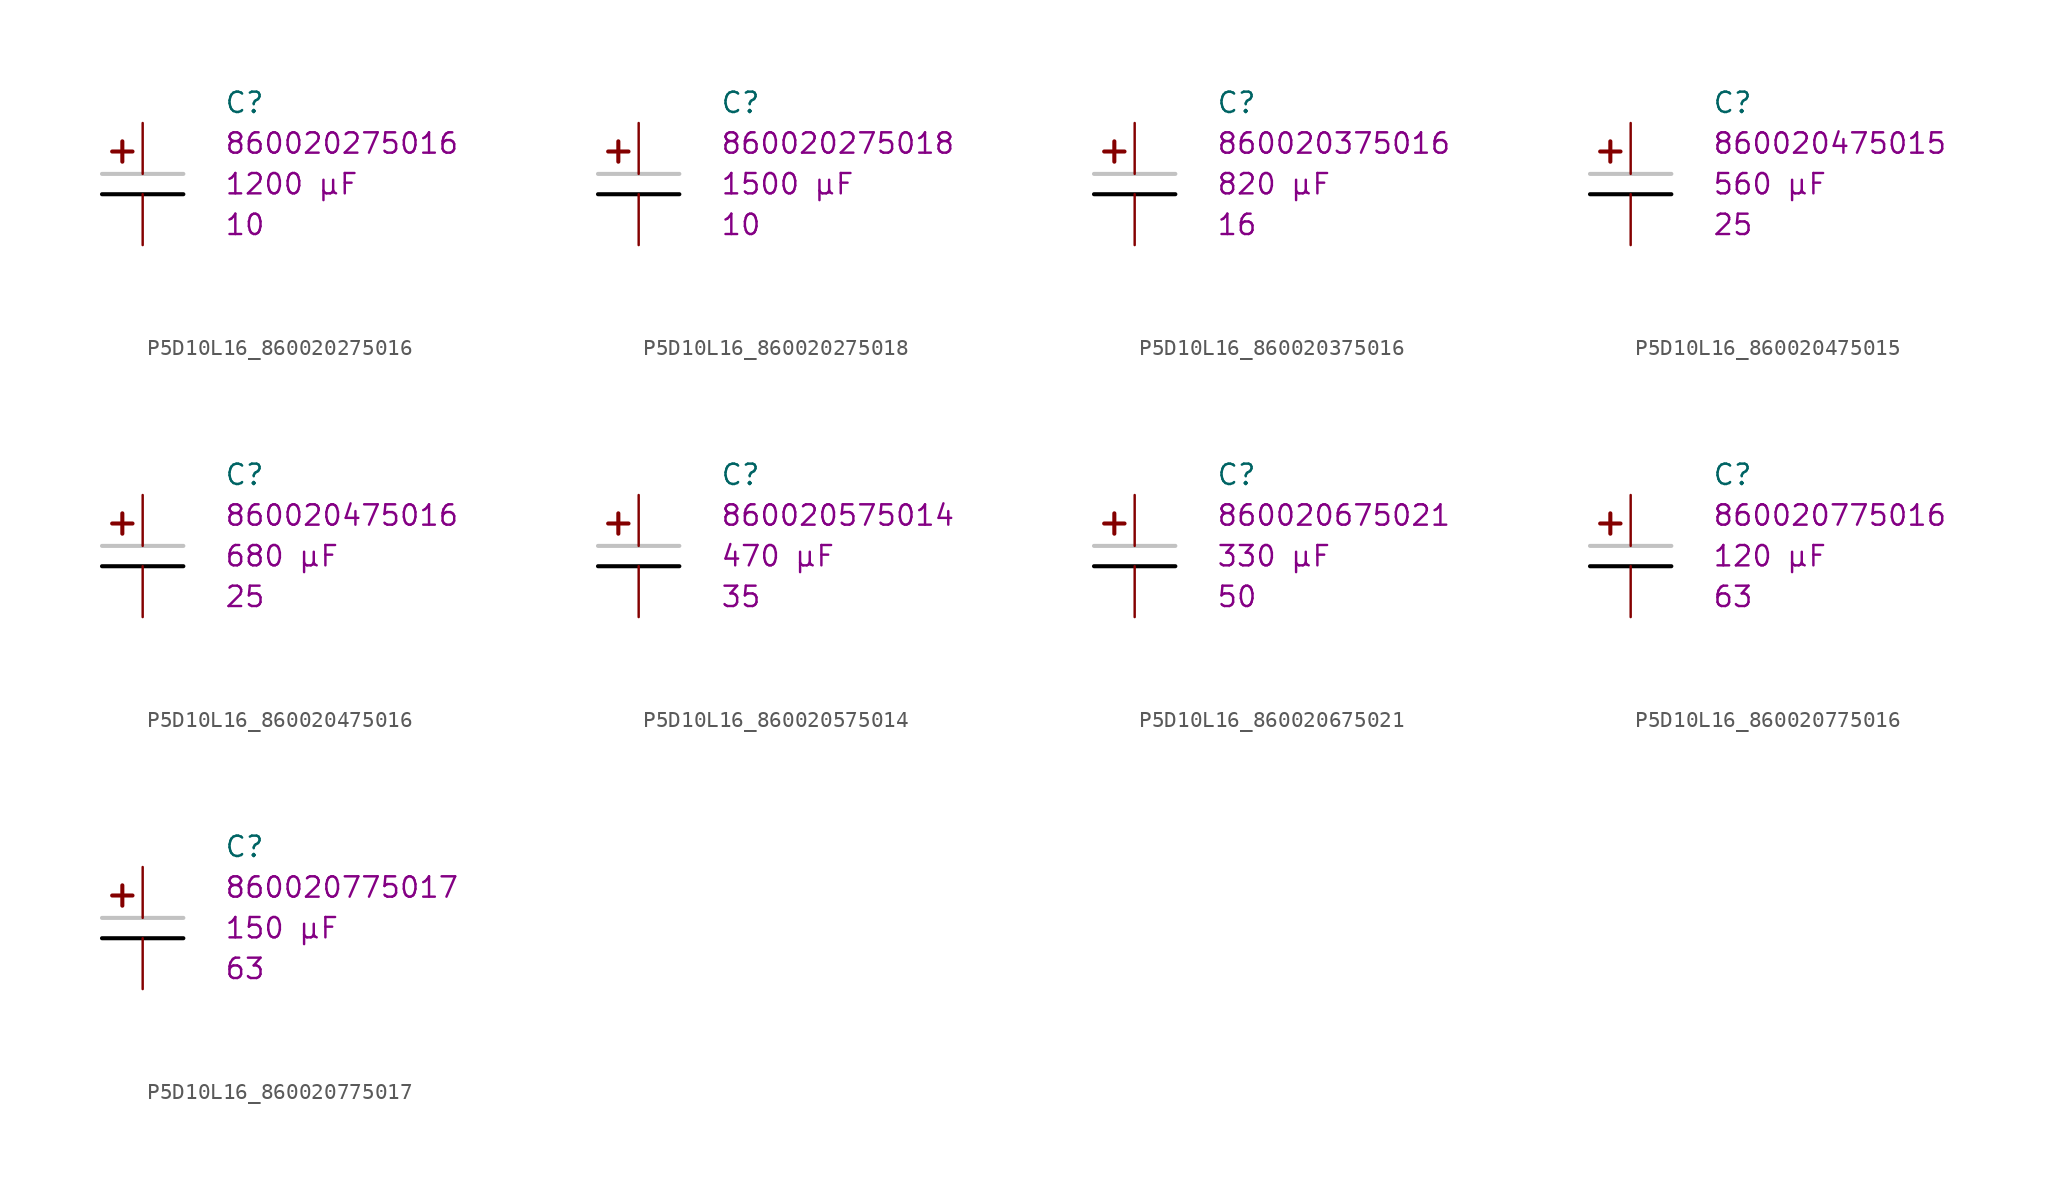
<source format=kicad_sym>
(kicad_symbol_lib
  (version 20220914)
  (generator kicad_symbol_editor)
  (symbol "P5D10L16_860020275016"
    (pin_numbers hide)
    (pin_names hide)
    (property "Reference" "C"
      (at 5.08 5.08 0)
      (effects (font (size 1.27 1.27)) (justify left)))
    (property "Part Number" "860020275016"
      (at 5.08 2.54 0)
      (effects (font (size 1.27 1.27)) (justify left)))
    (property "Capacitance" "1200 µF"
      (at 5.08 0 0)
      (effects (font (size 1.27 1.27)) (justify left)))
    (property "Voltage" "10"
      (at 5.08 -2.54 0)
      (effects (font (size 1.27 1.27)) (justify left)))
    (property "Critical Parameter" ""
      (at 0 -7.62 0)
      (effects (font (size 1.27 1.27))))
    (symbol "P5D10L16_860020275016_1_1"
      (polyline (pts (xy -1.27 2.667) (xy -1.27 1.397)) (stroke (width 0.254) (type default)) (fill (type none)))
      (polyline (pts (xy -0.635 2.032) (xy -1.905 2.032)) (stroke (width 0.254) (type default)) (fill (type none)))
      (polyline (pts (xy 2.54 -0.635) (xy -2.54 -0.635)) (stroke (width 0.254) (type default) (color 0 0 0 1)) (fill (type none)))
      (polyline (pts (xy 2.54 0.635) (xy -2.54 0.635)) (stroke (width 0.254) (type default) (color 194 194 194 1)) (fill (type none)))
      (pin passive line (at 0 3.81 270) (length 3.175) (name "1" (effects (font (size 1.27 1.27)))) (number "1" (effects (font (size 1.27 1.27)))))
      (pin passive line (at 0 -3.81 90) (length 3.175) (name "2" (effects (font (size 1.27 1.27)))) (number "2" (effects (font (size 1.27 1.27)))))))
  (symbol "P5D10L16_860020275018"
    (pin_numbers hide)
    (pin_names hide)
    (property "Reference" "C"
      (at 5.08 5.08 0)
      (effects (font (size 1.27 1.27)) (justify left)))
    (property "Part Number" "860020275018"
      (at 5.08 2.54 0)
      (effects (font (size 1.27 1.27)) (justify left)))
    (property "Capacitance" "1500 µF"
      (at 5.08 0 0)
      (effects (font (size 1.27 1.27)) (justify left)))
    (property "Voltage" "10"
      (at 5.08 -2.54 0)
      (effects (font (size 1.27 1.27)) (justify left)))
    (property "Critical Parameter" ""
      (at 0 -7.62 0)
      (effects (font (size 1.27 1.27))))
    (symbol "P5D10L16_860020275018_1_1"
      (polyline (pts (xy -1.27 2.667) (xy -1.27 1.397)) (stroke (width 0.254) (type default)) (fill (type none)))
      (polyline (pts (xy -0.635 2.032) (xy -1.905 2.032)) (stroke (width 0.254) (type default)) (fill (type none)))
      (polyline (pts (xy 2.54 -0.635) (xy -2.54 -0.635)) (stroke (width 0.254) (type default) (color 0 0 0 1)) (fill (type none)))
      (polyline (pts (xy 2.54 0.635) (xy -2.54 0.635)) (stroke (width 0.254) (type default) (color 194 194 194 1)) (fill (type none)))
      (pin passive line (at 0 3.81 270) (length 3.175) (name "1" (effects (font (size 1.27 1.27)))) (number "1" (effects (font (size 1.27 1.27)))))
      (pin passive line (at 0 -3.81 90) (length 3.175) (name "2" (effects (font (size 1.27 1.27)))) (number "2" (effects (font (size 1.27 1.27)))))))
  (symbol "P5D10L16_860020375016"
    (pin_numbers hide)
    (pin_names hide)
    (property "Reference" "C"
      (at 5.08 5.08 0)
      (effects (font (size 1.27 1.27)) (justify left)))
    (property "Part Number" "860020375016"
      (at 5.08 2.54 0)
      (effects (font (size 1.27 1.27)) (justify left)))
    (property "Capacitance" "820 µF"
      (at 5.08 0 0)
      (effects (font (size 1.27 1.27)) (justify left)))
    (property "Voltage" "16"
      (at 5.08 -2.54 0)
      (effects (font (size 1.27 1.27)) (justify left)))
    (property "Critical Parameter" ""
      (at 0 -7.62 0)
      (effects (font (size 1.27 1.27))))
    (symbol "P5D10L16_860020375016_1_1"
      (polyline (pts (xy -1.27 2.667) (xy -1.27 1.397)) (stroke (width 0.254) (type default)) (fill (type none)))
      (polyline (pts (xy -0.635 2.032) (xy -1.905 2.032)) (stroke (width 0.254) (type default)) (fill (type none)))
      (polyline (pts (xy 2.54 -0.635) (xy -2.54 -0.635)) (stroke (width 0.254) (type default) (color 0 0 0 1)) (fill (type none)))
      (polyline (pts (xy 2.54 0.635) (xy -2.54 0.635)) (stroke (width 0.254) (type default) (color 194 194 194 1)) (fill (type none)))
      (pin passive line (at 0 3.81 270) (length 3.175) (name "1" (effects (font (size 1.27 1.27)))) (number "1" (effects (font (size 1.27 1.27)))))
      (pin passive line (at 0 -3.81 90) (length 3.175) (name "2" (effects (font (size 1.27 1.27)))) (number "2" (effects (font (size 1.27 1.27)))))))
  (symbol "P5D10L16_860020475015"
    (pin_numbers hide)
    (pin_names hide)
    (property "Reference" "C"
      (at 5.08 5.08 0)
      (effects (font (size 1.27 1.27)) (justify left)))
    (property "Part Number" "860020475015"
      (at 5.08 2.54 0)
      (effects (font (size 1.27 1.27)) (justify left)))
    (property "Capacitance" "560 µF"
      (at 5.08 0 0)
      (effects (font (size 1.27 1.27)) (justify left)))
    (property "Voltage" "25"
      (at 5.08 -2.54 0)
      (effects (font (size 1.27 1.27)) (justify left)))
    (property "Critical Parameter" ""
      (at 0 -7.62 0)
      (effects (font (size 1.27 1.27))))
    (symbol "P5D10L16_860020475015_1_1"
      (polyline (pts (xy -1.27 2.667) (xy -1.27 1.397)) (stroke (width 0.254) (type default)) (fill (type none)))
      (polyline (pts (xy -0.635 2.032) (xy -1.905 2.032)) (stroke (width 0.254) (type default)) (fill (type none)))
      (polyline (pts (xy 2.54 -0.635) (xy -2.54 -0.635)) (stroke (width 0.254) (type default) (color 0 0 0 1)) (fill (type none)))
      (polyline (pts (xy 2.54 0.635) (xy -2.54 0.635)) (stroke (width 0.254) (type default) (color 194 194 194 1)) (fill (type none)))
      (pin passive line (at 0 3.81 270) (length 3.175) (name "1" (effects (font (size 1.27 1.27)))) (number "1" (effects (font (size 1.27 1.27)))))
      (pin passive line (at 0 -3.81 90) (length 3.175) (name "2" (effects (font (size 1.27 1.27)))) (number "2" (effects (font (size 1.27 1.27)))))))
  (symbol "P5D10L16_860020475016"
    (pin_numbers hide)
    (pin_names hide)
    (property "Reference" "C"
      (at 5.08 5.08 0)
      (effects (font (size 1.27 1.27)) (justify left)))
    (property "Part Number" "860020475016"
      (at 5.08 2.54 0)
      (effects (font (size 1.27 1.27)) (justify left)))
    (property "Capacitance" "680 µF"
      (at 5.08 0 0)
      (effects (font (size 1.27 1.27)) (justify left)))
    (property "Voltage" "25"
      (at 5.08 -2.54 0)
      (effects (font (size 1.27 1.27)) (justify left)))
    (property "Critical Parameter" ""
      (at 0 -7.62 0)
      (effects (font (size 1.27 1.27))))
    (symbol "P5D10L16_860020475016_1_1"
      (polyline (pts (xy -1.27 2.667) (xy -1.27 1.397)) (stroke (width 0.254) (type default)) (fill (type none)))
      (polyline (pts (xy -0.635 2.032) (xy -1.905 2.032)) (stroke (width 0.254) (type default)) (fill (type none)))
      (polyline (pts (xy 2.54 -0.635) (xy -2.54 -0.635)) (stroke (width 0.254) (type default) (color 0 0 0 1)) (fill (type none)))
      (polyline (pts (xy 2.54 0.635) (xy -2.54 0.635)) (stroke (width 0.254) (type default) (color 194 194 194 1)) (fill (type none)))
      (pin passive line (at 0 3.81 270) (length 3.175) (name "1" (effects (font (size 1.27 1.27)))) (number "1" (effects (font (size 1.27 1.27)))))
      (pin passive line (at 0 -3.81 90) (length 3.175) (name "2" (effects (font (size 1.27 1.27)))) (number "2" (effects (font (size 1.27 1.27)))))))
  (symbol "P5D10L16_860020575014"
    (pin_numbers hide)
    (pin_names hide)
    (property "Reference" "C"
      (at 5.08 5.08 0)
      (effects (font (size 1.27 1.27)) (justify left)))
    (property "Part Number" "860020575014"
      (at 5.08 2.54 0)
      (effects (font (size 1.27 1.27)) (justify left)))
    (property "Capacitance" "470 µF"
      (at 5.08 0 0)
      (effects (font (size 1.27 1.27)) (justify left)))
    (property "Voltage" "35"
      (at 5.08 -2.54 0)
      (effects (font (size 1.27 1.27)) (justify left)))
    (property "Critical Parameter" ""
      (at 0 -7.62 0)
      (effects (font (size 1.27 1.27))))
    (symbol "P5D10L16_860020575014_1_1"
      (polyline (pts (xy -1.27 2.667) (xy -1.27 1.397)) (stroke (width 0.254) (type default)) (fill (type none)))
      (polyline (pts (xy -0.635 2.032) (xy -1.905 2.032)) (stroke (width 0.254) (type default)) (fill (type none)))
      (polyline (pts (xy 2.54 -0.635) (xy -2.54 -0.635)) (stroke (width 0.254) (type default) (color 0 0 0 1)) (fill (type none)))
      (polyline (pts (xy 2.54 0.635) (xy -2.54 0.635)) (stroke (width 0.254) (type default) (color 194 194 194 1)) (fill (type none)))
      (pin passive line (at 0 3.81 270) (length 3.175) (name "1" (effects (font (size 1.27 1.27)))) (number "1" (effects (font (size 1.27 1.27)))))
      (pin passive line (at 0 -3.81 90) (length 3.175) (name "2" (effects (font (size 1.27 1.27)))) (number "2" (effects (font (size 1.27 1.27)))))))
  (symbol "P5D10L16_860020675021"
    (pin_numbers hide)
    (pin_names hide)
    (property "Reference" "C"
      (at 5.08 5.08 0)
      (effects (font (size 1.27 1.27)) (justify left)))
    (property "Part Number" "860020675021"
      (at 5.08 2.54 0)
      (effects (font (size 1.27 1.27)) (justify left)))
    (property "Capacitance" "330 µF"
      (at 5.08 0 0)
      (effects (font (size 1.27 1.27)) (justify left)))
    (property "Voltage" "50"
      (at 5.08 -2.54 0)
      (effects (font (size 1.27 1.27)) (justify left)))
    (property "Critical Parameter" ""
      (at 0 -7.62 0)
      (effects (font (size 1.27 1.27))))
    (symbol "P5D10L16_860020675021_1_1"
      (polyline (pts (xy -1.27 2.667) (xy -1.27 1.397)) (stroke (width 0.254) (type default)) (fill (type none)))
      (polyline (pts (xy -0.635 2.032) (xy -1.905 2.032)) (stroke (width 0.254) (type default)) (fill (type none)))
      (polyline (pts (xy 2.54 -0.635) (xy -2.54 -0.635)) (stroke (width 0.254) (type default) (color 0 0 0 1)) (fill (type none)))
      (polyline (pts (xy 2.54 0.635) (xy -2.54 0.635)) (stroke (width 0.254) (type default) (color 194 194 194 1)) (fill (type none)))
      (pin passive line (at 0 3.81 270) (length 3.175) (name "1" (effects (font (size 1.27 1.27)))) (number "1" (effects (font (size 1.27 1.27)))))
      (pin passive line (at 0 -3.81 90) (length 3.175) (name "2" (effects (font (size 1.27 1.27)))) (number "2" (effects (font (size 1.27 1.27)))))))
  (symbol "P5D10L16_860020775016"
    (pin_numbers hide)
    (pin_names hide)
    (property "Reference" "C"
      (at 5.08 5.08 0)
      (effects (font (size 1.27 1.27)) (justify left)))
    (property "Part Number" "860020775016"
      (at 5.08 2.54 0)
      (effects (font (size 1.27 1.27)) (justify left)))
    (property "Capacitance" "120 µF"
      (at 5.08 0 0)
      (effects (font (size 1.27 1.27)) (justify left)))
    (property "Voltage" "63"
      (at 5.08 -2.54 0)
      (effects (font (size 1.27 1.27)) (justify left)))
    (property "Critical Parameter" ""
      (at 0 -7.62 0)
      (effects (font (size 1.27 1.27))))
    (symbol "P5D10L16_860020775016_1_1"
      (polyline (pts (xy -1.27 2.667) (xy -1.27 1.397)) (stroke (width 0.254) (type default)) (fill (type none)))
      (polyline (pts (xy -0.635 2.032) (xy -1.905 2.032)) (stroke (width 0.254) (type default)) (fill (type none)))
      (polyline (pts (xy 2.54 -0.635) (xy -2.54 -0.635)) (stroke (width 0.254) (type default) (color 0 0 0 1)) (fill (type none)))
      (polyline (pts (xy 2.54 0.635) (xy -2.54 0.635)) (stroke (width 0.254) (type default) (color 194 194 194 1)) (fill (type none)))
      (pin passive line (at 0 3.81 270) (length 3.175) (name "1" (effects (font (size 1.27 1.27)))) (number "1" (effects (font (size 1.27 1.27)))))
      (pin passive line (at 0 -3.81 90) (length 3.175) (name "2" (effects (font (size 1.27 1.27)))) (number "2" (effects (font (size 1.27 1.27)))))))
  (symbol "P5D10L16_860020775017"
    (pin_numbers hide)
    (pin_names hide)
    (property "Reference" "C"
      (at 5.08 5.08 0)
      (effects (font (size 1.27 1.27)) (justify left)))
    (property "Part Number" "860020775017"
      (at 5.08 2.54 0)
      (effects (font (size 1.27 1.27)) (justify left)))
    (property "Capacitance" "150 µF"
      (at 5.08 0 0)
      (effects (font (size 1.27 1.27)) (justify left)))
    (property "Voltage" "63"
      (at 5.08 -2.54 0)
      (effects (font (size 1.27 1.27)) (justify left)))
    (property "Critical Parameter" ""
      (at 0 -7.62 0)
      (effects (font (size 1.27 1.27))))
    (symbol "P5D10L16_860020775017_1_1"
      (polyline (pts (xy -1.27 2.667) (xy -1.27 1.397)) (stroke (width 0.254) (type default)) (fill (type none)))
      (polyline (pts (xy -0.635 2.032) (xy -1.905 2.032)) (stroke (width 0.254) (type default)) (fill (type none)))
      (polyline (pts (xy 2.54 -0.635) (xy -2.54 -0.635)) (stroke (width 0.254) (type default) (color 0 0 0 1)) (fill (type none)))
      (polyline (pts (xy 2.54 0.635) (xy -2.54 0.635)) (stroke (width 0.254) (type default) (color 194 194 194 1)) (fill (type none)))
      (pin passive line (at 0 3.81 270) (length 3.175) (name "1" (effects (font (size 1.27 1.27)))) (number "1" (effects (font (size 1.27 1.27)))))
      (pin passive line (at 0 -3.81 90) (length 3.175) (name "2" (effects (font (size 1.27 1.27)))) (number "2" (effects (font (size 1.27 1.27))))))))
</source>
